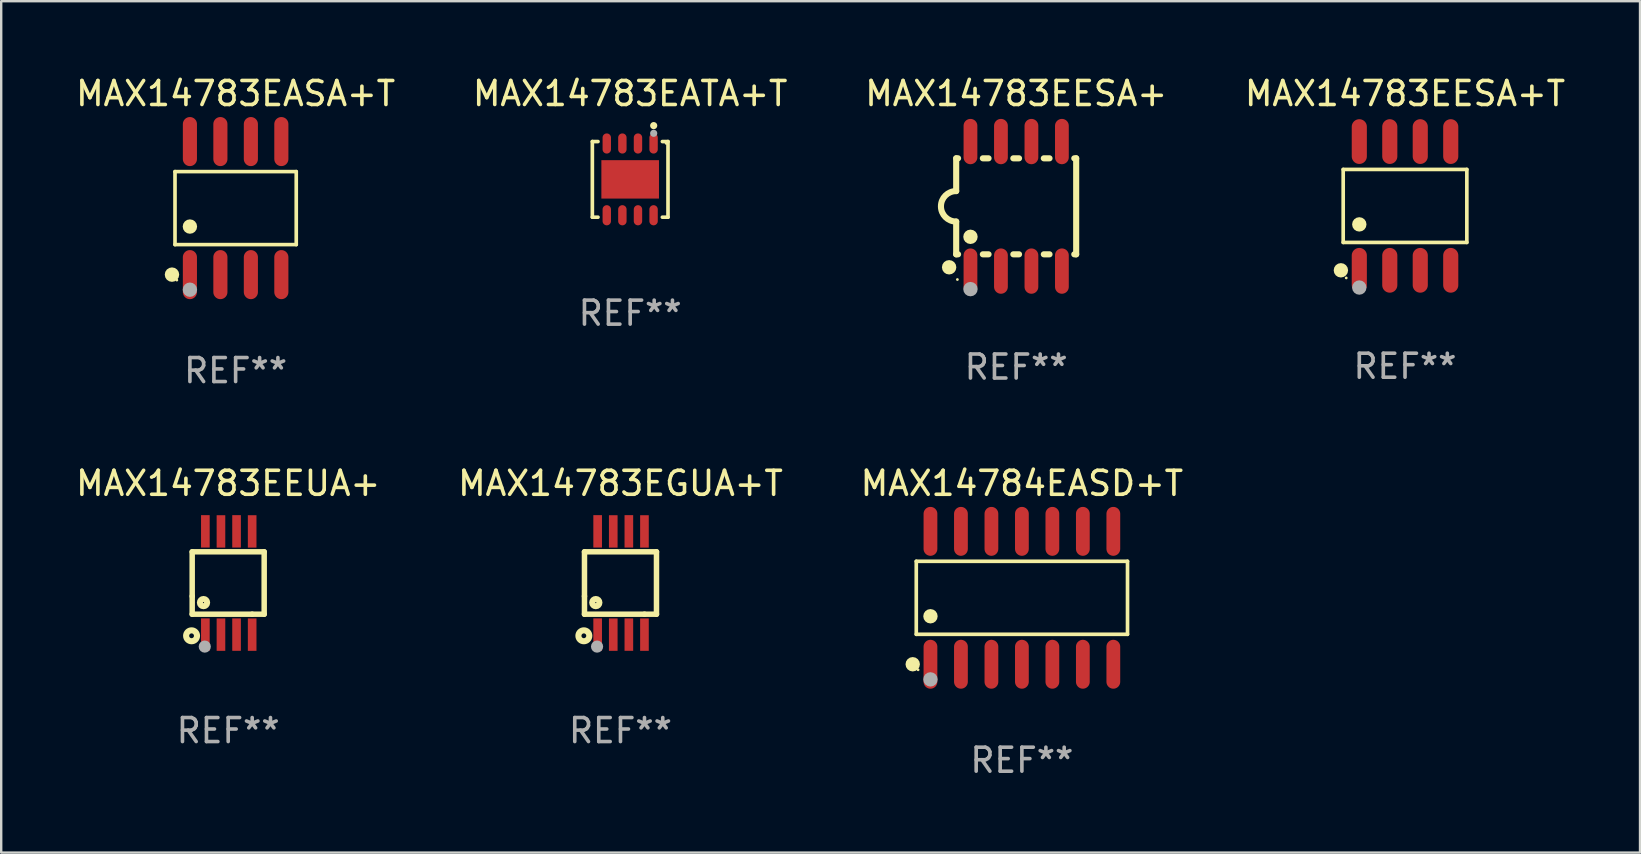
<source format=kicad_pcb>
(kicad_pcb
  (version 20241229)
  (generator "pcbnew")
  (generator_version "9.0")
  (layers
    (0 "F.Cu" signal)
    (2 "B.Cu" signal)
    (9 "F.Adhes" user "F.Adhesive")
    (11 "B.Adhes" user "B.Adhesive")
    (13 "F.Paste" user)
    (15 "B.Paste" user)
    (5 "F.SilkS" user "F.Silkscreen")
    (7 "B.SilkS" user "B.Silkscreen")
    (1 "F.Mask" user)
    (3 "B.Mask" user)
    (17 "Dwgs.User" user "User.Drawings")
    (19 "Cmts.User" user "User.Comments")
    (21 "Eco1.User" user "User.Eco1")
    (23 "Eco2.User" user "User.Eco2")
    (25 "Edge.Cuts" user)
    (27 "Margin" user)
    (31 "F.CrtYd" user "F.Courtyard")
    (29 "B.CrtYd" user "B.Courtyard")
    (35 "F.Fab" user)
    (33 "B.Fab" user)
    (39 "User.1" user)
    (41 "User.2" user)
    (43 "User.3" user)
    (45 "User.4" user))
  (footprint "MAX14783EESA+T"
    (layer "F.Cu")
    (at 55.494 5.531)
    (property "Reference" "MAX14783EESA+T" (at 0 -4.682 0) (layer "F.SilkS") (effects (font (size 1 1) (thickness 0.15))))
    (attr through_hole)
    (fp_line (start -2.576 -1.521) (end 2.576 -1.521) (stroke (width 0.152) (type solid)) (layer "F.SilkS"))
    (fp_line (start -2.576 1.521) (end -2.576 -1.521) (stroke (width 0.152) (type solid)) (layer "F.SilkS"))
    (fp_line (start 2.576 -1.521) (end 2.576 1.521) (stroke (width 0.152) (type solid)) (layer "F.SilkS"))
    (fp_line (start 2.576 1.521) (end -2.576 1.521) (stroke (width 0.152) (type solid)) (layer "F.SilkS"))
    (fp_circle (center -2.672 2.682) (end -2.522 2.682) (stroke (width 0.3) (type solid)) (fill no) (layer "F.SilkS"))
    (fp_circle (center -2.45 3) (end -2.42 3) (stroke (width 0.06) (type solid)) (fill no) (layer "F.SilkS"))
    (fp_circle (center -1.905 0.769) (end -1.755 0.769) (stroke (width 0.3) (type solid)) (fill no) (layer "F.SilkS"))
    (fp_circle (center -1.905 3.4) (end -1.755 3.4) (stroke (width 0.3) (type solid)) (fill no) (layer "F.Fab"))
    (fp_text user "REF**" (at 0 6.682 0) (layer "F.Fab") (effects (font (size 1 1) (thickness 0.15))))
    (pad "1" smd oval (at -1.905 2.682) (size 0.63 1.865) (layers "F.Cu" "F.Mask" "F.Paste"))
    (pad "2" smd oval (at -0.635 2.682) (size 0.63 1.865) (layers "F.Cu" "F.Mask" "F.Paste"))
    (pad "3" smd oval (at 0.635 2.682) (size 0.63 1.865) (layers "F.Cu" "F.Mask" "F.Paste"))
    (pad "4" smd oval (at 1.905 2.682) (size 0.63 1.865) (layers "F.Cu" "F.Mask" "F.Paste"))
    (pad "5" smd oval (at 1.905 -2.682) (size 0.63 1.865) (layers "F.Cu" "F.Mask" "F.Paste"))
    (pad "6" smd oval (at 0.635 -2.682) (size 0.63 1.865) (layers "F.Cu" "F.Mask" "F.Paste"))
    (pad "7" smd oval (at -0.635 -2.682) (size 0.63 1.865) (layers "F.Cu" "F.Mask" "F.Paste"))
    (pad "8" smd oval (at -1.905 -2.682) (size 0.63 1.865) (layers "F.Cu" "F.Mask" "F.Paste")))
  (footprint "MAX14784EASD+T"
    (layer "F.Cu")
    (at 39.53 21.859)
    (property "Reference" "MAX14784EASD+T" (at 0 -4.769 0) (layer "F.SilkS") (effects (font (size 1 1) (thickness 0.15))))
    (attr through_hole)
    (fp_line (start -4.401 -1.521) (end 4.401 -1.521) (stroke (width 0.152) (type solid)) (layer "F.SilkS"))
    (fp_line (start -4.401 1.521) (end -4.401 -1.521) (stroke (width 0.152) (type solid)) (layer "F.SilkS"))
    (fp_line (start 4.401 -1.521) (end 4.401 1.521) (stroke (width 0.152) (type solid)) (layer "F.SilkS"))
    (fp_line (start 4.401 1.521) (end -4.401 1.521) (stroke (width 0.152) (type solid)) (layer "F.SilkS"))
    (fp_circle (center -4.549 2.769) (end -4.399 2.769) (stroke (width 0.3) (type solid)) (fill no) (layer "F.SilkS"))
    (fp_circle (center -4.325 3) (end -4.295 3) (stroke (width 0.06) (type solid)) (fill no) (layer "F.SilkS"))
    (fp_circle (center -3.81 0.769) (end -3.66 0.769) (stroke (width 0.3) (type solid)) (fill no) (layer "F.SilkS"))
    (fp_circle (center -3.81 3.4) (end -3.66 3.4) (stroke (width 0.3) (type solid)) (fill no) (layer "F.Fab"))
    (fp_text user "REF**" (at 0 6.769 0) (layer "F.Fab") (effects (font (size 1 1) (thickness 0.15))))
    (pad "1" smd oval (at -3.81 2.769) (size 0.574 2.038) (layers "F.Cu" "F.Mask" "F.Paste"))
    (pad "2" smd oval (at -2.54 2.769) (size 0.574 2.038) (layers "F.Cu" "F.Mask" "F.Paste"))
    (pad "3" smd oval (at -1.27 2.769) (size 0.574 2.038) (layers "F.Cu" "F.Mask" "F.Paste"))
    (pad "4" smd oval (at 0 2.769) (size 0.574 2.038) (layers "F.Cu" "F.Mask" "F.Paste"))
    (pad "5" smd oval (at 1.27 2.769) (size 0.574 2.038) (layers "F.Cu" "F.Mask" "F.Paste"))
    (pad "6" smd oval (at 2.54 2.769) (size 0.574 2.038) (layers "F.Cu" "F.Mask" "F.Paste"))
    (pad "7" smd oval (at 3.81 2.769) (size 0.574 2.038) (layers "F.Cu" "F.Mask" "F.Paste"))
    (pad "8" smd oval (at 3.81 -2.769) (size 0.574 2.038) (layers "F.Cu" "F.Mask" "F.Paste"))
    (pad "9" smd oval (at 2.54 -2.769) (size 0.574 2.038) (layers "F.Cu" "F.Mask" "F.Paste"))
    (pad "10" smd oval (at 1.27 -2.769) (size 0.574 2.038) (layers "F.Cu" "F.Mask" "F.Paste"))
    (pad "11" smd oval (at 0 -2.769) (size 0.574 2.038) (layers "F.Cu" "F.Mask" "F.Paste"))
    (pad "12" smd oval (at -1.27 -2.769) (size 0.574 2.038) (layers "F.Cu" "F.Mask" "F.Paste"))
    (pad "13" smd oval (at -2.54 -2.769) (size 0.574 2.038) (layers "F.Cu" "F.Mask" "F.Paste"))
    (pad "14" smd oval (at -3.81 -2.769) (size 0.574 2.038) (layers "F.Cu" "F.Mask" "F.Paste")))
  (footprint "MAX14783EASA+T"
    (layer "F.Cu")
    (at 6.768 5.621)
    (property "Reference" "MAX14783EASA+T" (at 0 -4.772 0) (layer "F.SilkS") (effects (font (size 1 1) (thickness 0.15))))
    (attr through_hole)
    (fp_line (start -2.526 -1.521) (end 2.526 -1.521) (stroke (width 0.152) (type solid)) (layer "F.SilkS"))
    (fp_line (start -2.526 1.521) (end -2.526 -1.521) (stroke (width 0.152) (type solid)) (layer "F.SilkS"))
    (fp_line (start 2.526 -1.521) (end 2.526 1.521) (stroke (width 0.152) (type solid)) (layer "F.SilkS"))
    (fp_line (start 2.526 1.521) (end -2.526 1.521) (stroke (width 0.152) (type solid)) (layer "F.SilkS"))
    (fp_circle (center -2.652 2.772) (end -2.501 2.772) (stroke (width 0.3) (type solid)) (fill no) (layer "F.SilkS"))
    (fp_circle (center -2.45 3) (end -2.42 3) (stroke (width 0.06) (type solid)) (fill no) (layer "F.SilkS"))
    (fp_circle (center -1.905 0.769) (end -1.755 0.769) (stroke (width 0.3) (type solid)) (fill no) (layer "F.SilkS"))
    (fp_circle (center -1.905 3.4) (end -1.755 3.4) (stroke (width 0.3) (type solid)) (fill no) (layer "F.Fab"))
    (fp_text user "REF**" (at 0 6.772 0) (layer "F.Fab") (effects (font (size 1 1) (thickness 0.15))))
    (pad "1" smd oval (at -1.905 2.772) (size 0.588 2.045) (layers "F.Cu" "F.Mask" "F.Paste"))
    (pad "2" smd oval (at -0.635 2.772) (size 0.588 2.045) (layers "F.Cu" "F.Mask" "F.Paste"))
    (pad "3" smd oval (at 0.635 2.772) (size 0.588 2.045) (layers "F.Cu" "F.Mask" "F.Paste"))
    (pad "4" smd oval (at 1.905 2.772) (size 0.588 2.045) (layers "F.Cu" "F.Mask" "F.Paste"))
    (pad "5" smd oval (at 1.905 -2.772) (size 0.588 2.045) (layers "F.Cu" "F.Mask" "F.Paste"))
    (pad "6" smd oval (at 0.635 -2.772) (size 0.588 2.045) (layers "F.Cu" "F.Mask" "F.Paste"))
    (pad "7" smd oval (at -0.635 -2.772) (size 0.588 2.045) (layers "F.Cu" "F.Mask" "F.Paste"))
    (pad "8" smd oval (at -1.905 -2.772) (size 0.588 2.045) (layers "F.Cu" "F.Mask" "F.Paste")))
  (footprint "MAX14783EESA+"
    (layer "F.Cu")
    (at 39.292 5.547)
    (property "Reference" "MAX14783EESA+" (at 0 -4.699 0) (layer "F.SilkS") (effects (font (size 1 1) (thickness 0.15))))
    (attr through_hole)
    (fp_line (start -2.5 -2) (end -2.5 -0.635) (stroke (width 0.254) (type solid)) (layer "F.SilkS"))
    (fp_line (start -2.5 -2) (end -2.421 -2) (stroke (width 0.254) (type solid)) (layer "F.SilkS"))
    (fp_line (start -2.5 2) (end -2.5 0.635) (stroke (width 0.254) (type solid)) (layer "F.SilkS"))
    (fp_line (start -2.5 2) (end -2.421 2) (stroke (width 0.254) (type solid)) (layer "F.SilkS"))
    (fp_line (start -1.389 -2) (end -1.151 -2) (stroke (width 0.254) (type solid)) (layer "F.SilkS"))
    (fp_line (start -1.389 2) (end -1.151 2) (stroke (width 0.254) (type solid)) (layer "F.SilkS"))
    (fp_line (start -0.119 -2) (end 0.119 -2) (stroke (width 0.254) (type solid)) (layer "F.SilkS"))
    (fp_line (start -0.119 2) (end 0.119 2) (stroke (width 0.254) (type solid)) (layer "F.SilkS"))
    (fp_line (start 1.151 -2) (end 1.389 -2) (stroke (width 0.254) (type solid)) (layer "F.SilkS"))
    (fp_line (start 1.151 2) (end 1.389 2) (stroke (width 0.254) (type solid)) (layer "F.SilkS"))
    (fp_line (start 2.421 -2) (end 2.5 -2) (stroke (width 0.254) (type solid)) (layer "F.SilkS"))
    (fp_line (start 2.421 2) (end 2.5 2) (stroke (width 0.254) (type solid)) (layer "F.SilkS"))
    (fp_line (start 2.5 -2) (end 2.5 2) (stroke (width 0.254) (type solid)) (layer "F.SilkS"))
    (fp_arc (start -2.5 0.635001) (mid -3.134366 -0.000318) (end -2.499365 -0.635001) (stroke (width 0.254001) (type solid)) (layer "F.SilkS"))
    (fp_circle (center -2.794 2.54) (end -2.644 2.54) (stroke (width 0.3) (type solid)) (fill no) (layer "F.SilkS"))
    (fp_circle (center -2.45 3.05) (end -2.42 3.05) (stroke (width 0.06) (type solid)) (fill no) (layer "F.SilkS"))
    (fp_circle (center -1.905 1.27) (end -1.755 1.27) (stroke (width 0.3) (type solid)) (fill no) (layer "F.SilkS"))
    (fp_circle (center -1.905 3.45) (end -1.755 3.45) (stroke (width 0.3) (type solid)) (fill no) (layer "F.Fab"))
    (fp_text user "REF**" (at 0 6.699 0) (layer "F.Fab") (effects (font (size 1 1) (thickness 0.15))))
    (pad "1" smd oval (at -1.905 2.699) (size 0.574 1.888) (layers "F.Cu" "F.Mask" "F.Paste"))
    (pad "2" smd oval (at -0.635 2.699) (size 0.574 1.888) (layers "F.Cu" "F.Mask" "F.Paste"))
    (pad "3" smd oval (at 0.635 2.699) (size 0.574 1.888) (layers "F.Cu" "F.Mask" "F.Paste"))
    (pad "4" smd oval (at 1.905 2.699) (size 0.574 1.888) (layers "F.Cu" "F.Mask" "F.Paste"))
    (pad "5" smd oval (at 1.905 -2.699) (size 0.574 1.888) (layers "F.Cu" "F.Mask" "F.Paste"))
    (pad "6" smd oval (at 0.635 -2.699) (size 0.574 1.888) (layers "F.Cu" "F.Mask" "F.Paste"))
    (pad "7" smd oval (at -0.635 -2.699) (size 0.574 1.888) (layers "F.Cu" "F.Mask" "F.Paste"))
    (pad "8" smd oval (at -1.905 -2.699) (size 0.574 1.888) (layers "F.Cu" "F.Mask" "F.Paste")))
  (footprint "MAX14783EEUA+"
    (layer "F.Cu")
    (at 6.458 21.242)
    (property "Reference" "MAX14783EEUA+" (at 0 -4.152 0) (layer "F.SilkS") (effects (font (size 1 1) (thickness 0.15))))
    (attr through_hole)
    (fp_line (start -1.5 1.301) (end 1 1.301) (stroke (width 0.229) (type solid)) (layer "F.SilkS"))
    (fp_line (start -1.5 -1.299) (end -1.5 0.551) (stroke (width 0.229) (type solid)) (layer "F.SilkS"))
    (fp_line (start -1.5 0.551) (end -1.5 1.301) (stroke (width 0.229) (type solid)) (layer "F.SilkS"))
    (fp_line (start 1 1.301) (end 1.5 1.301) (stroke (width 0.229) (type solid)) (layer "F.SilkS"))
    (fp_line (start 1.5 1.301) (end 1.5 -1.299) (stroke (width 0.229) (type solid)) (layer "F.SilkS"))
    (fp_line (start 1.5 -1.299) (end -1.5 -1.299) (stroke (width 0.229) (type solid)) (layer "F.SilkS"))
    (fp_circle (center -1.526 2.2) (end -1.426 2.2) (stroke (width 0.254) (type solid)) (fill no) (layer "F.SilkS"))
    (fp_circle (center -1.476 2.45) (end -1.446 2.45) (stroke (width 0.06) (type solid)) (fill no) (layer "F.SilkS"))
    (fp_circle (center -1.028 0.817) (end -0.878 0.817) (stroke (width 0.254) (type solid)) (fill no) (layer "F.SilkS"))
    (fp_circle (center -0.976 2.65) (end -0.849 2.65) (stroke (width 0.254) (type solid)) (fill no) (layer "F.Fab"))
    (fp_text user "REF**" (at 0 6.152 0) (layer "F.Fab") (effects (font (size 1 1) (thickness 0.15))))
    (pad "1" smd rect (at -0.951 2.15) (size 0.36 1.35) (layers "F.Cu" "F.Mask" "F.Paste"))
    (pad "2" smd rect (at -0.301 2.152) (size 0.36 1.35) (layers "F.Cu" "F.Mask" "F.Paste"))
    (pad "3" smd rect (at 0.349 2.151) (size 0.36 1.35) (layers "F.Cu" "F.Mask" "F.Paste"))
    (pad "4" smd rect (at 0.999 2.152) (size 0.36 1.35) (layers "F.Cu" "F.Mask" "F.Paste"))
    (pad "5" smd rect (at 0.999 -2.149) (size 0.36 1.35) (layers "F.Cu" "F.Mask" "F.Paste"))
    (pad "6" smd rect (at 0.349 -2.152) (size 0.36 1.35) (layers "F.Cu" "F.Mask" "F.Paste"))
    (pad "7" smd rect (at -0.301 -2.149) (size 0.36 1.35) (layers "F.Cu" "F.Mask" "F.Paste"))
    (pad "8" smd rect (at -0.951 -2.152) (size 0.36 1.35) (layers "F.Cu" "F.Mask" "F.Paste")))
  (footprint "MAX14783EGUA+T"
    (layer "F.Cu")
    (at 22.804 21.242)
    (property "Reference" "MAX14783EGUA+T" (at 0 -4.152 0) (layer "F.SilkS") (effects (font (size 1 1) (thickness 0.15))))
    (attr through_hole)
    (fp_line (start -1.5 1.301) (end 1 1.301) (stroke (width 0.229) (type solid)) (layer "F.SilkS"))
    (fp_line (start -1.5 -1.299) (end -1.5 0.551) (stroke (width 0.229) (type solid)) (layer "F.SilkS"))
    (fp_line (start -1.5 0.551) (end -1.5 1.301) (stroke (width 0.229) (type solid)) (layer "F.SilkS"))
    (fp_line (start 1 1.301) (end 1.5 1.301) (stroke (width 0.229) (type solid)) (layer "F.SilkS"))
    (fp_line (start 1.5 1.301) (end 1.5 -1.299) (stroke (width 0.229) (type solid)) (layer "F.SilkS"))
    (fp_line (start 1.5 -1.299) (end -1.5 -1.299) (stroke (width 0.229) (type solid)) (layer "F.SilkS"))
    (fp_circle (center -1.526 2.2) (end -1.426 2.2) (stroke (width 0.254) (type solid)) (fill no) (layer "F.SilkS"))
    (fp_circle (center -1.476 2.45) (end -1.446 2.45) (stroke (width 0.06) (type solid)) (fill no) (layer "F.SilkS"))
    (fp_circle (center -1.028 0.817) (end -0.878 0.817) (stroke (width 0.254) (type solid)) (fill no) (layer "F.SilkS"))
    (fp_circle (center -0.976 2.65) (end -0.849 2.65) (stroke (width 0.254) (type solid)) (fill no) (layer "F.Fab"))
    (fp_text user "REF**" (at 0 6.152 0) (layer "F.Fab") (effects (font (size 1 1) (thickness 0.15))))
    (pad "1" smd rect (at -0.951 2.15) (size 0.36 1.35) (layers "F.Cu" "F.Mask" "F.Paste"))
    (pad "2" smd rect (at -0.301 2.152) (size 0.36 1.35) (layers "F.Cu" "F.Mask" "F.Paste"))
    (pad "3" smd rect (at 0.349 2.151) (size 0.36 1.35) (layers "F.Cu" "F.Mask" "F.Paste"))
    (pad "4" smd rect (at 0.999 2.152) (size 0.36 1.35) (layers "F.Cu" "F.Mask" "F.Paste"))
    (pad "5" smd rect (at 0.999 -2.149) (size 0.36 1.35) (layers "F.Cu" "F.Mask" "F.Paste"))
    (pad "6" smd rect (at 0.349 -2.152) (size 0.36 1.35) (layers "F.Cu" "F.Mask" "F.Paste"))
    (pad "7" smd rect (at -0.301 -2.149) (size 0.36 1.35) (layers "F.Cu" "F.Mask" "F.Paste"))
    (pad "8" smd rect (at -0.951 -2.152) (size 0.36 1.35) (layers "F.Cu" "F.Mask" "F.Paste")))
  (footprint "MAX14783EATA+T"
    (layer "F.Cu")
    (at 23.208 4.424)
    (property "Reference" "MAX14783EATA+T" (at 0 -3.576 0) (layer "F.SilkS") (effects (font (size 1 1) (thickness 0.15))))
    (attr through_hole)
    (fp_line (start -1.576 -1.576) (end -1.576 1.576) (stroke (width 0.152) (type solid)) (layer "F.SilkS"))
    (fp_line (start -1.576 1.576) (end -1.341 1.576) (stroke (width 0.152) (type solid)) (layer "F.SilkS"))
    (fp_line (start -1.341 -1.576) (end -1.576 -1.576) (stroke (width 0.152) (type solid)) (layer "F.SilkS"))
    (fp_line (start 1.341 -1.576) (end 1.576 -1.576) (stroke (width 0.152) (type solid)) (layer "F.SilkS"))
    (fp_line (start 1.576 -1.576) (end 1.576 1.576) (stroke (width 0.152) (type solid)) (layer "F.SilkS"))
    (fp_line (start 1.576 1.576) (end 1.341 1.576) (stroke (width 0.152) (type solid)) (layer "F.SilkS"))
    (fp_circle (center 0.98 -2.24) (end 1.055 -2.24) (stroke (width 0.15) (type solid)) (fill no) (layer "F.SilkS"))
    (fp_circle (center 1.5 -1.5) (end 1.53 -1.5) (stroke (width 0.06) (type solid)) (fill no) (layer "F.SilkS"))
    (fp_circle (center 0.98 -1.92) (end 1.055 -1.92) (stroke (width 0.15) (type solid)) (fill no) (layer "F.Fab"))
    (fp_text user "REF**" (at 0 5.576 0) (layer "F.Fab") (effects (font (size 1 1) (thickness 0.15))))
    (pad "1" smd oval (at 0.975 -1.495) (size 0.35 0.84) (layers "F.Cu" "F.Mask" "F.Paste"))
    (pad "2" smd oval (at 0.325 -1.495) (size 0.35 0.84) (layers "F.Cu" "F.Mask" "F.Paste"))
    (pad "3" smd oval (at -0.325 -1.495) (size 0.35 0.84) (layers "F.Cu" "F.Mask" "F.Paste"))
    (pad "4" smd oval (at -0.975 -1.495) (size 0.35 0.84) (layers "F.Cu" "F.Mask" "F.Paste"))
    (pad "5" smd oval (at -0.975 1.495) (size 0.35 0.84) (layers "F.Cu" "F.Mask" "F.Paste"))
    (pad "6" smd oval (at -0.325 1.495) (size 0.35 0.84) (layers "F.Cu" "F.Mask" "F.Paste"))
    (pad "7" smd oval (at 0.325 1.495) (size 0.35 0.84) (layers "F.Cu" "F.Mask" "F.Paste"))
    (pad "8" smd oval (at 0.975 1.495) (size 0.35 0.84) (layers "F.Cu" "F.Mask" "F.Paste"))
    (pad "9" smd rect (at 0 0) (size 2.4 1.6) (layers "F.Cu" "F.Mask" "F.Paste")))
  (gr_rect
    (start -3 -3)
    (end 65.286 32.476)
    (stroke (width 0.1) (type default))
    (fill no)
    (layer "Edge.Cuts")))
</source>
